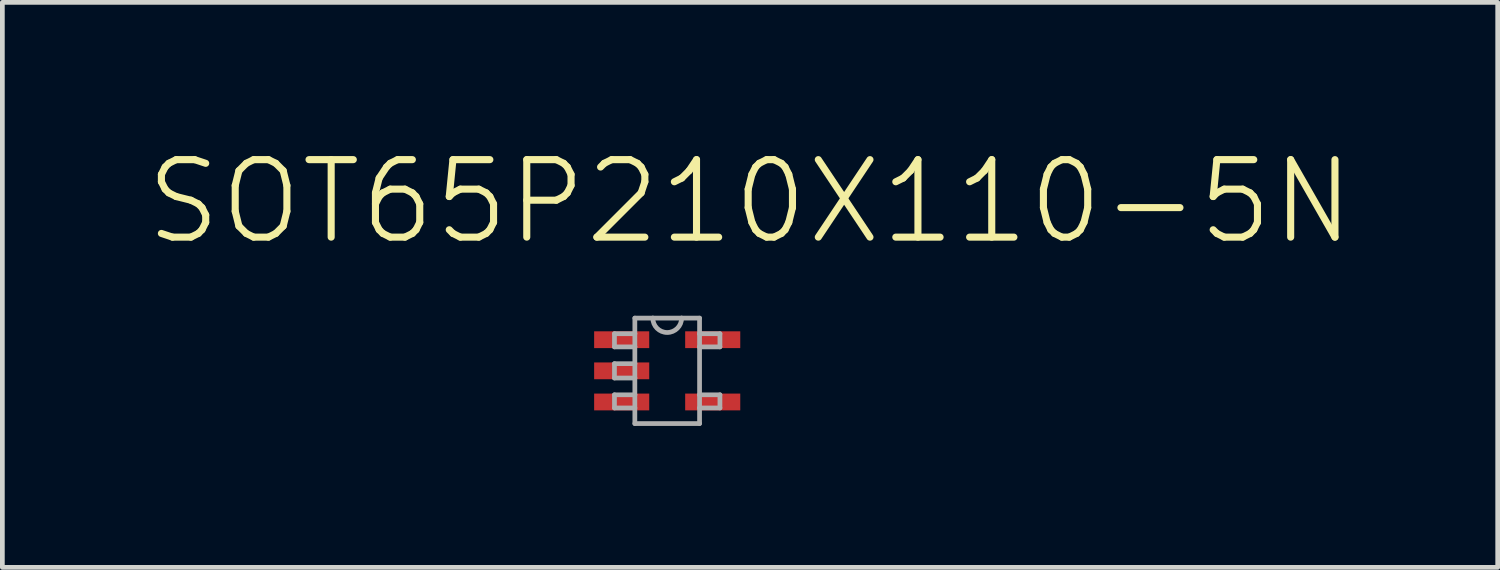
<source format=kicad_pcb>
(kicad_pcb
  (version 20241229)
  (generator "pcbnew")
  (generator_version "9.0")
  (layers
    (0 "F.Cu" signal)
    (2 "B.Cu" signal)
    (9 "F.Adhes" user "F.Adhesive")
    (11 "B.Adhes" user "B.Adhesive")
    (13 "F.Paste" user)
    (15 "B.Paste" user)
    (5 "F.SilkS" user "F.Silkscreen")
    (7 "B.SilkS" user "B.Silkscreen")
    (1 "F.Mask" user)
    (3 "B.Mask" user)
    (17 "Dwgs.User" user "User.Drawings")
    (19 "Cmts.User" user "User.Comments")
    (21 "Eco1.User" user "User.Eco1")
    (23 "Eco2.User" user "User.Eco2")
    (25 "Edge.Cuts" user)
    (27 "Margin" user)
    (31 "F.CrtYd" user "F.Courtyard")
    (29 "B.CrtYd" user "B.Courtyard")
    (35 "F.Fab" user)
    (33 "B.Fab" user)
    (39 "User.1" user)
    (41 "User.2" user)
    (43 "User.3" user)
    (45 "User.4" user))
  (footprint "SOT65P210X110-5N"
    (layer "F.Cu")
    (at 11.095 4.812)
    (property "Reference" "SOT65P210X110-5N" (at 1.756 -3.587 0) (layer "F.SilkS") (effects (font (size 1.643 1.643) (thickness 0.15))))
    (attr smd)
    (fp_line (start -1.118 -0.787) (end -1.118 -0.508) (stroke (width 0.1) (type solid)) (layer "F.Fab"))
    (fp_line (start -1.118 -0.508) (end -0.686 -0.508) (stroke (width 0.1) (type solid)) (layer "F.Fab"))
    (fp_line (start -1.118 -0.152) (end -1.118 0.152) (stroke (width 0.1) (type solid)) (layer "F.Fab"))
    (fp_line (start -1.118 0.152) (end -0.686 0.152) (stroke (width 0.1) (type solid)) (layer "F.Fab"))
    (fp_line (start -1.118 0.508) (end -1.118 0.787) (stroke (width 0.1) (type solid)) (layer "F.Fab"))
    (fp_line (start -1.118 0.787) (end -0.686 0.787) (stroke (width 0.1) (type solid)) (layer "F.Fab"))
    (fp_line (start -0.686 -1.118) (end -0.686 -0.787) (stroke (width 0.1) (type solid)) (layer "F.Fab"))
    (fp_line (start -0.686 -0.787) (end -1.118 -0.787) (stroke (width 0.1) (type solid)) (layer "F.Fab"))
    (fp_line (start -0.686 -0.787) (end -0.686 -0.508) (stroke (width 0.1) (type solid)) (layer "F.Fab"))
    (fp_line (start -0.686 -0.508) (end -0.686 -0.152) (stroke (width 0.1) (type solid)) (layer "F.Fab"))
    (fp_line (start -0.686 -0.152) (end -1.118 -0.152) (stroke (width 0.1) (type solid)) (layer "F.Fab"))
    (fp_line (start -0.686 -0.152) (end -0.686 0.152) (stroke (width 0.1) (type solid)) (layer "F.Fab"))
    (fp_line (start -0.686 0.152) (end -0.686 0.508) (stroke (width 0.1) (type solid)) (layer "F.Fab"))
    (fp_line (start -0.686 0.508) (end -1.118 0.508) (stroke (width 0.1) (type solid)) (layer "F.Fab"))
    (fp_line (start -0.686 0.508) (end -0.686 0.787) (stroke (width 0.1) (type solid)) (layer "F.Fab"))
    (fp_line (start -0.686 0.787) (end -0.686 1.118) (stroke (width 0.1) (type solid)) (layer "F.Fab"))
    (fp_line (start -0.686 1.118) (end 0.686 1.118) (stroke (width 0.1) (type solid)) (layer "F.Fab"))
    (fp_line (start -0.305 -1.118) (end -0.686 -1.118) (stroke (width 0.1) (type solid)) (layer "F.Fab"))
    (fp_line (start 0.305 -1.118) (end -0.305 -1.118) (stroke (width 0.1) (type solid)) (layer "F.Fab"))
    (fp_line (start 0.686 -1.118) (end 0.305 -1.118) (stroke (width 0.1) (type solid)) (layer "F.Fab"))
    (fp_line (start 0.686 -0.787) (end 0.686 -1.118) (stroke (width 0.1) (type solid)) (layer "F.Fab"))
    (fp_line (start 0.686 -0.508) (end 0.686 -0.787) (stroke (width 0.1) (type solid)) (layer "F.Fab"))
    (fp_line (start 0.686 -0.508) (end 1.118 -0.508) (stroke (width 0.1) (type solid)) (layer "F.Fab"))
    (fp_line (start 0.686 0.508) (end 0.686 -0.508) (stroke (width 0.1) (type solid)) (layer "F.Fab"))
    (fp_line (start 0.686 0.787) (end 0.686 0.508) (stroke (width 0.1) (type solid)) (layer "F.Fab"))
    (fp_line (start 0.686 0.787) (end 1.118 0.787) (stroke (width 0.1) (type solid)) (layer "F.Fab"))
    (fp_line (start 0.686 1.118) (end 0.686 0.787) (stroke (width 0.1) (type solid)) (layer "F.Fab"))
    (fp_line (start 1.118 -0.787) (end 0.686 -0.787) (stroke (width 0.1) (type solid)) (layer "F.Fab"))
    (fp_line (start 1.118 -0.508) (end 1.118 -0.787) (stroke (width 0.1) (type solid)) (layer "F.Fab"))
    (fp_line (start 1.118 0.508) (end 0.686 0.508) (stroke (width 0.1) (type solid)) (layer "F.Fab"))
    (fp_line (start 1.118 0.787) (end 1.118 0.508) (stroke (width 0.1) (type solid)) (layer "F.Fab"))
    (fp_arc (start 0.3048 -1.1176) (mid 0 -0.8128) (end -0.3048 -1.1176) (stroke (width 0.1) (type solid)) (layer "F.Fab"))
    (pad "1" smd rect (at -0.965 -0.66) (size 1.168 0.356) (layers "F.Cu" "F.Mask" "F.Paste"))
    (pad "2" smd rect (at -0.965 0) (size 1.168 0.356) (layers "F.Cu" "F.Mask" "F.Paste"))
    (pad "3" smd rect (at -0.965 0.66) (size 1.168 0.356) (layers "F.Cu" "F.Mask" "F.Paste"))
    (pad "4" smd rect (at 0.965 0.66) (size 1.168 0.356) (layers "F.Cu" "F.Mask" "F.Paste"))
    (pad "5" smd rect (at 0.965 -0.66) (size 1.168 0.356) (layers "F.Cu" "F.Mask" "F.Paste")))
  (gr_rect
    (start -3 -3)
    (end 28.702 8.979)
    (stroke (width 0.1) (type default))
    (fill no)
    (layer "Edge.Cuts")))
</source>
